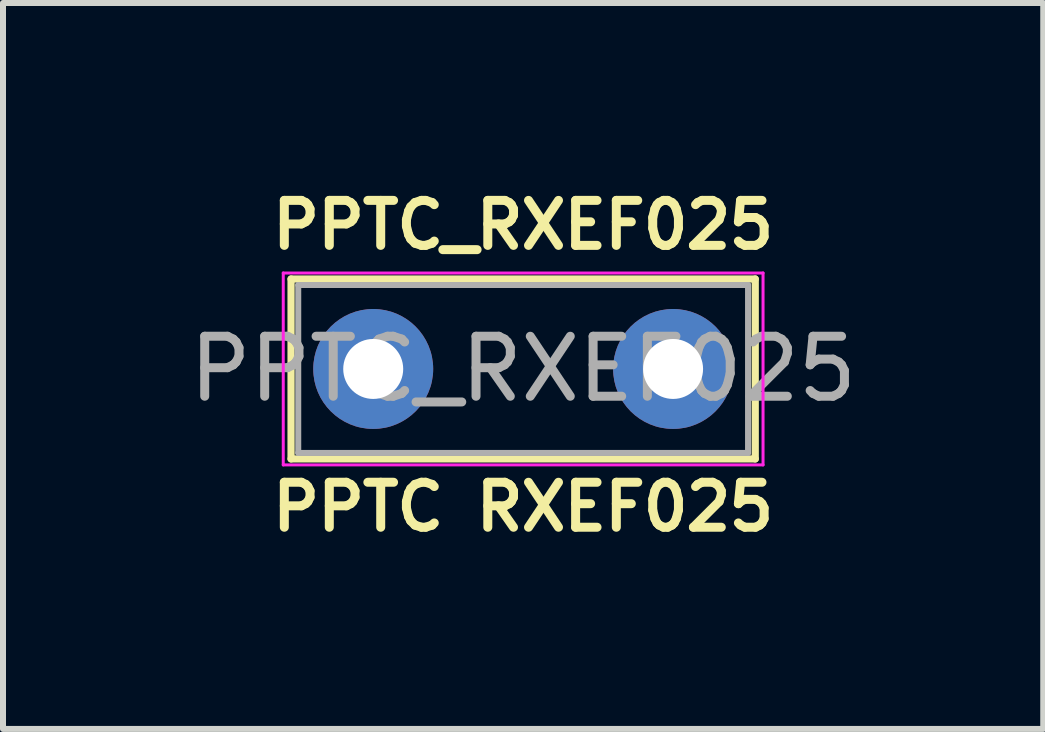
<source format=kicad_pcb>
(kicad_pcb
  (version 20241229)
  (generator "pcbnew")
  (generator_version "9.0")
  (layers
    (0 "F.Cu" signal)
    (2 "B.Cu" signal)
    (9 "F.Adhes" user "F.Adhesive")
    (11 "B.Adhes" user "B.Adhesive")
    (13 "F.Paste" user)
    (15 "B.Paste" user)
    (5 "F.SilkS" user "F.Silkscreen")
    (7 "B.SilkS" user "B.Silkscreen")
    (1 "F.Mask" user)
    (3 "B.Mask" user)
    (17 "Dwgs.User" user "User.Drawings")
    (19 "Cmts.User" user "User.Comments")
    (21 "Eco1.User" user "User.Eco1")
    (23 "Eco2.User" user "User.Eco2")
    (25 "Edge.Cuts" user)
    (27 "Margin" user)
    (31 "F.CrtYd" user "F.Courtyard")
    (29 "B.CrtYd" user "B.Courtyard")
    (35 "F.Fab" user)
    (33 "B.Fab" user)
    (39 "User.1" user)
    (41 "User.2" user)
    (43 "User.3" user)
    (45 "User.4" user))
  (footprint "PPTC_RXEF025"
    (layer "F.Cu")
    (at 5.673 3.102)
    (property "Reference" "PPTC_RXEF025" (at 0 -2.4 0) (layer "F.SilkS") (effects (font (size 0.75 0.75) (thickness 0.15))))
    (property "Value" "PPTC RXEF025" (at 0 2.4 0) (layer "F.Fab") (hide yes) (effects (font (size 1 1) (thickness 0.15))))
    (attr through_hole)
    (fp_line (start -3.87 -1.5) (end -3.87 1.5) (stroke (width 0.12) (type solid)) (layer "F.SilkS"))
    (fp_line (start -3.87 -1.5) (end 3.87 -1.5) (stroke (width 0.12) (type solid)) (layer "F.SilkS"))
    (fp_line (start -3.87 1.5) (end 3.87 1.5) (stroke (width 0.12) (type solid)) (layer "F.SilkS"))
    (fp_line (start 3.87 -1.5) (end 3.87 1.5) (stroke (width 0.12) (type solid)) (layer "F.SilkS"))
    (fp_line (start -4 -1.6) (end -4 1.6) (stroke (width 0.05) (type solid)) (layer "F.CrtYd"))
    (fp_line (start -4 1.6) (end 4 1.6) (stroke (width 0.05) (type solid)) (layer "F.CrtYd"))
    (fp_line (start 4 -1.6) (end -4 -1.6) (stroke (width 0.05) (type solid)) (layer "F.CrtYd"))
    (fp_line (start 4 1.6) (end 4 -1.6) (stroke (width 0.05) (type solid)) (layer "F.CrtYd"))
    (fp_line (start -3.75 -1.4) (end -3.75 1.4) (stroke (width 0.1) (type solid)) (layer "F.Fab"))
    (fp_line (start -3.75 1.4) (end 3.75 1.4) (stroke (width 0.1) (type solid)) (layer "F.Fab"))
    (fp_line (start 3.75 -1.4) (end -3.75 -1.4) (stroke (width 0.1) (type solid)) (layer "F.Fab"))
    (fp_line (start 3.75 1.4) (end 3.75 -1.4) (stroke (width 0.1) (type solid)) (layer "F.Fab"))
    (fp_text user "${VALUE}" (at 0 2.3 0) (layer "F.SilkS") (effects (font (size 0.75 0.75) (thickness 0.15))))
    (fp_text user "${REFERENCE}" (at 0 0 0) (layer "F.Fab") (effects (font (size 1 1) (thickness 0.15))))
    (pad "1" thru_hole circle (at -2.5 0) (size 2 2) (drill 1) (layers "*.Cu" "*.Mask"))
    (pad "2" thru_hole circle (at 2.5 0) (size 2 2) (drill 1) (layers "*.Cu" "*.Mask")))
  (gr_rect
    (start -3 -3)
    (end 14.345 9.104)
    (stroke (width 0.1) (type default))
    (fill no)
    (layer "Edge.Cuts")))
</source>
